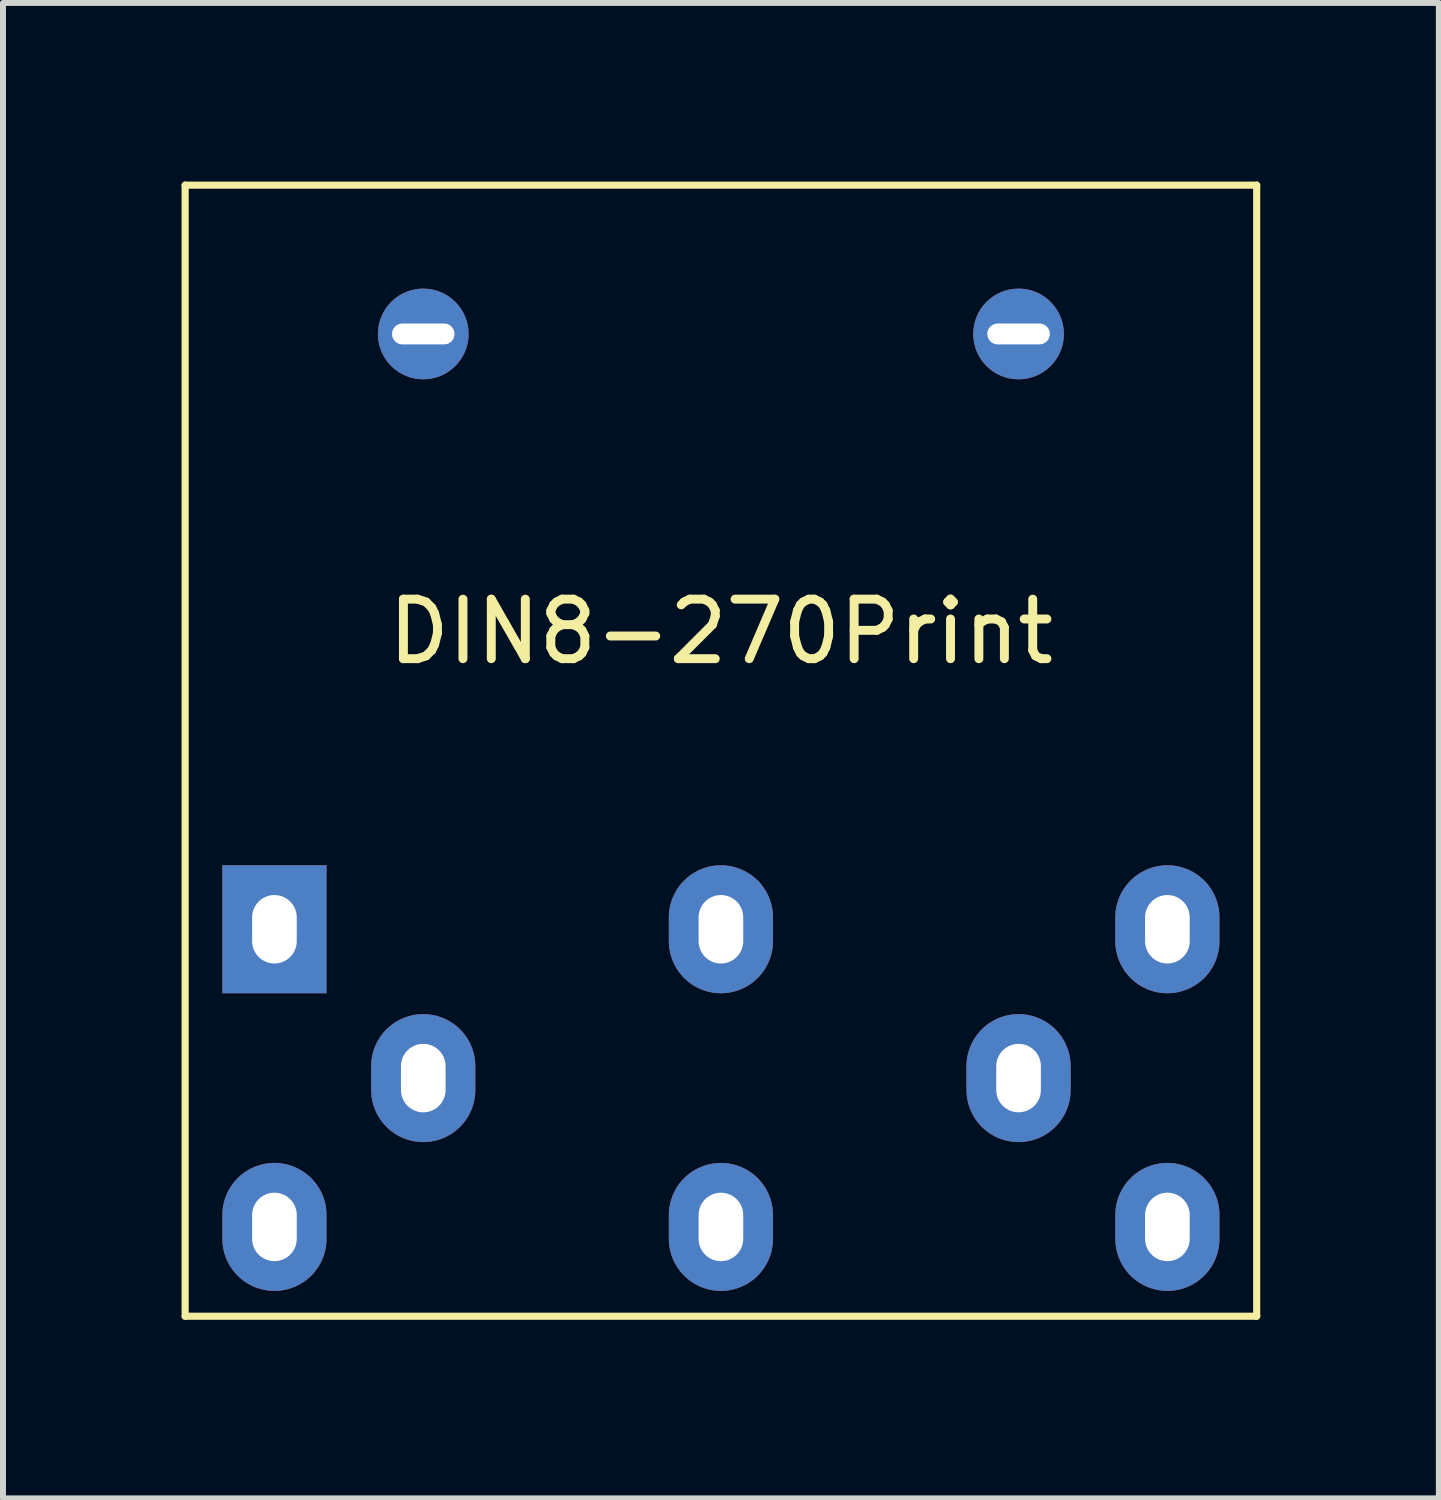
<source format=kicad_pcb>
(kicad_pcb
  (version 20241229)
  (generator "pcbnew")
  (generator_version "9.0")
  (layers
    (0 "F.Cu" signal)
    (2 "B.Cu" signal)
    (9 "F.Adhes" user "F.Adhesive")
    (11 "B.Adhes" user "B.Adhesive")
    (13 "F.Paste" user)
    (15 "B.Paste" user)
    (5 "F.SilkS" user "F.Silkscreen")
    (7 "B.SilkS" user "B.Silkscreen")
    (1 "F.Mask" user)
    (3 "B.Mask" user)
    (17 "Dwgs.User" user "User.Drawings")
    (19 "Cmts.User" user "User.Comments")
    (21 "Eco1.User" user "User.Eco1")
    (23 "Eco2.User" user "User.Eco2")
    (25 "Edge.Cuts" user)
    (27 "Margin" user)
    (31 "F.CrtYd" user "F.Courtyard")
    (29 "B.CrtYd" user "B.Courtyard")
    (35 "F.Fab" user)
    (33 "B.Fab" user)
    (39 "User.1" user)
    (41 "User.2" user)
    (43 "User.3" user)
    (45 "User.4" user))
  (footprint "DIN8-270Print"
    (layer "F.Cu")
    (at 9.06 9.56)
    (property "Reference" "DIN8-270Print" (at 0 -2 0) (layer "F.SilkS") (effects (font (size 1 1) (thickness 0.15))))
    (attr through_hole)
    (fp_line (start -9 -9.5) (end 9 -9.5) (stroke (width 0.12) (type solid)) (layer "F.SilkS"))
    (fp_line (start -9 9.5) (end -9 -9.5) (stroke (width 0.12) (type solid)) (layer "F.SilkS"))
    (fp_line (start 9 -9.5) (end 9 9.5) (stroke (width 0.12) (type solid)) (layer "F.SilkS"))
    (fp_line (start 9 9.5) (end -9 9.5) (stroke (width 0.12) (type solid)) (layer "F.SilkS"))
    (pad "1" thru_hole rect (at -7.5 3) (size 1.75 2.15) (drill oval 0.75 1.15) (layers "*.Cu" "*.Mask"))
    (pad "2" thru_hole oval (at 0 3) (size 1.75 2.15) (drill oval 0.75 1.15) (layers "*.Cu" "*.Mask"))
    (pad "3" thru_hole oval (at 7.5 3) (size 1.75 2.15) (drill oval 0.75 1.15) (layers "*.Cu" "*.Mask" "F.Paste"))
    (pad "4" thru_hole oval (at -5 5.5) (size 1.75 2.15) (drill oval 0.75 1.15) (layers "*.Cu" "*.Mask"))
    (pad "5" thru_hole oval (at 5 5.5) (size 1.75 2.15) (drill oval 0.75 1.15) (layers "*.Cu" "*.Mask"))
    (pad "6" thru_hole oval (at -7.5 8) (size 1.75 2.15) (drill oval 0.75 1.15) (layers "*.Cu" "*.Mask"))
    (pad "7" thru_hole oval (at 7.5 8) (size 1.75 2.15) (drill oval 0.75 1.15) (layers "*.Cu" "*.Mask"))
    (pad "8" thru_hole oval (at 0 8) (size 1.75 2.15) (drill oval 0.75 1.15) (layers "*.Cu" "*.Mask"))
    (pad "GND" thru_hole circle (at -5 -7) (size 1.524 1.524) (drill oval 1.05 0.35) (layers "*.Cu" "*.Mask"))
    (pad "GND" thru_hole circle (at 5 -7) (size 1.524 1.524) (drill oval 1.05 0.35) (layers "*.Cu" "*.Mask")))
  (gr_rect
    (start -3 -3)
    (end 21.12 22.12)
    (stroke (width 0.1) (type default))
    (fill no)
    (layer "Edge.Cuts")))
</source>
